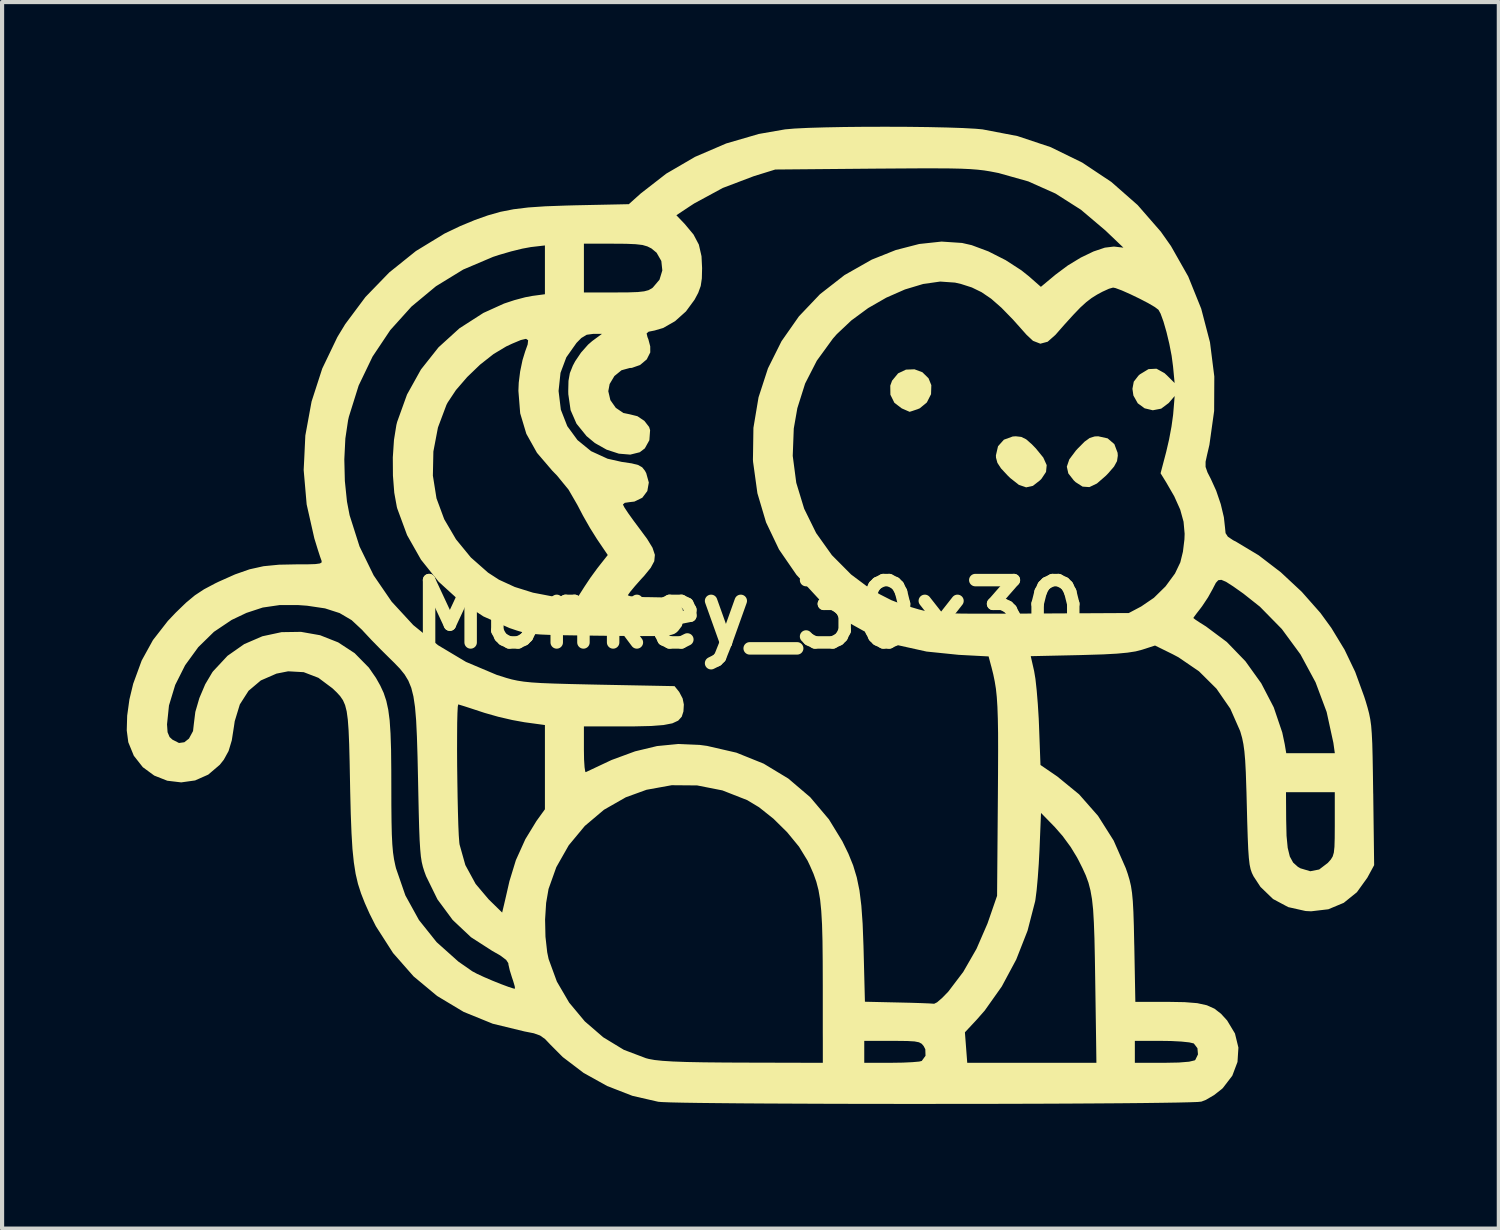
<source format=kicad_pcb>
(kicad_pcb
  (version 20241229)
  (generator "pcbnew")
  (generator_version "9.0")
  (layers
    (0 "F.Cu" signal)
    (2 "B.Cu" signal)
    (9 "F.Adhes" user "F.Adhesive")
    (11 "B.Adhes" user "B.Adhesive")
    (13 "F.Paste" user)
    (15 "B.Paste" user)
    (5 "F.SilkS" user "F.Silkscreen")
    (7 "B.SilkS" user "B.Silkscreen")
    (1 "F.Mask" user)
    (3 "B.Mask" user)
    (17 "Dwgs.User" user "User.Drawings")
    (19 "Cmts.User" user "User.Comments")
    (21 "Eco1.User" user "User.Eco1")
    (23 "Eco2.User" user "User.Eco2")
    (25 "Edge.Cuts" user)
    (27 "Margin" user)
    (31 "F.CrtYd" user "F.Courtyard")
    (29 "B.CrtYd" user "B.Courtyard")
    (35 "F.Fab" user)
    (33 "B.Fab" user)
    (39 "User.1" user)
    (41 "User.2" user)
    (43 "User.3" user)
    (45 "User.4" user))
  (footprint "Monkey_30x30"
    (layer "F.Cu")
    (at 14.989 11.73)
    (property "Reference" "Monkey_30x30" (at 0 0 0) (layer "F.SilkS") (effects (font (size 1.5 1.5) (thickness 0.3))))
    (attr board_only exclude_from_pos_files exclude_from_bom)
    (fp_poly (pts (xy 4.156 -5.823) (xy 4.304 -5.677) (xy 4.371 -5.512) (xy 4.364 -5.295) (xy 4.263 -5.096) (xy 4.092 -4.955) (xy 4.041 -4.934) (xy 3.913 -4.891) (xy 3.85 -4.871) (xy 3.848 -4.871) (xy 3.797 -4.893) (xy 3.678 -4.945) (xy 3.658 -4.954) (xy 3.482 -5.088) (xy 3.386 -5.282) (xy 3.383 -5.501) (xy 3.426 -5.62) (xy 3.571 -5.796) (xy 3.76 -5.886) (xy 3.965 -5.894)) (stroke (width 0) (type solid)) (fill yes) (layer "F.SilkS"))
    (fp_poly (pts (xy 6.535 -4.267) (xy 6.652 -4.21) (xy 6.79 -4.089) (xy 6.885 -3.991) (xy 7.065 -3.77) (xy 7.147 -3.588) (xy 7.131 -3.424) (xy 7.022 -3.26) (xy 6.985 -3.222) (xy 6.815 -3.089) (xy 6.652 -3.053) (xy 6.476 -3.114) (xy 6.271 -3.276) (xy 6.21 -3.335) (xy 6.048 -3.509) (xy 5.961 -3.642) (xy 5.927 -3.768) (xy 5.925 -3.824) (xy 5.976 -4.043) (xy 6.117 -4.2) (xy 6.329 -4.277) (xy 6.404 -4.282)) (stroke (width 0) (type solid)) (fill yes) (layer "F.SilkS"))
    (fp_poly (pts (xy 8.613 -4.232) (xy 8.775 -4.093) (xy 8.853 -3.885) (xy 8.858 -3.815) (xy 8.839 -3.684) (xy 8.768 -3.554) (xy 8.629 -3.393) (xy 8.573 -3.335) (xy 8.356 -3.146) (xy 8.174 -3.059) (xy 8.01 -3.071) (xy 7.843 -3.178) (xy 7.797 -3.222) (xy 7.667 -3.389) (xy 7.631 -3.551) (xy 7.691 -3.727) (xy 7.849 -3.938) (xy 7.898 -3.991) (xy 8.059 -4.153) (xy 8.181 -4.241) (xy 8.3 -4.278) (xy 8.386 -4.282)) (stroke (width 0) (type solid)) (fill yes) (layer "F.SilkS"))
    (fp_poly (pts (xy 3.805 -11.728) (xy 4.297 -11.722) (xy 4.747 -11.712) (xy 5.134 -11.699) (xy 5.439 -11.682) (xy 5.602 -11.667) (xy 6.443 -11.506) (xy 7.246 -11.238) (xy 8.002 -10.868) (xy 8.702 -10.402) (xy 9.335 -9.846) (xy 9.893 -9.206) (xy 10.137 -8.86) (xy 10.552 -8.128) (xy 10.865 -7.352) (xy 11.076 -6.544) (xy 11.18 -5.72) (xy 11.176 -4.892) (xy 11.062 -4.075) (xy 11.007 -3.84) (xy 10.97 -3.67) (xy 10.97 -3.545) (xy 11.016 -3.413) (xy 11.096 -3.257) (xy 11.225 -2.973) (xy 11.335 -2.65) (xy 11.41 -2.335) (xy 11.439 -2.074) (xy 11.439 -2.071) (xy 11.451 -1.951) (xy 11.507 -1.865) (xy 11.632 -1.782) (xy 11.717 -1.737) (xy 12.248 -1.418) (xy 12.78 -1.01) (xy 13.284 -0.54) (xy 13.733 -0.032) (xy 13.996 0.329) (xy 14.314 0.853) (xy 14.57 1.387) (xy 14.786 1.98) (xy 14.823 2.095) (xy 14.868 2.248) (xy 14.904 2.386) (xy 14.932 2.524) (xy 14.954 2.681) (xy 14.969 2.872) (xy 14.981 3.113) (xy 14.989 3.422) (xy 14.996 3.814) (xy 15.003 4.307) (xy 15.004 4.324) (xy 15.026 6.038) (xy 14.862 6.34) (xy 14.611 6.689) (xy 14.295 6.944) (xy 13.924 7.099) (xy 13.509 7.148) (xy 13.376 7.141) (xy 12.958 7.047) (xy 12.593 6.852) (xy 12.291 6.561) (xy 12.124 6.306) (xy 12.084 6.224) (xy 12.053 6.134) (xy 12.029 6.019) (xy 12.011 5.863) (xy 11.996 5.651) (xy 11.984 5.366) (xy 11.972 4.993) (xy 11.963 4.634) (xy 11.954 4.282) (xy 12.905 4.282) (xy 12.909 4.942) (xy 12.918 5.331) (xy 12.946 5.621) (xy 12.997 5.83) (xy 13.077 5.976) (xy 13.191 6.078) (xy 13.254 6.114) (xy 13.489 6.184) (xy 13.703 6.142) (xy 13.908 5.986) (xy 13.917 5.977) (xy 13.983 5.903) (xy 14.028 5.83) (xy 14.056 5.736) (xy 14.071 5.597) (xy 14.077 5.391) (xy 14.079 5.093) (xy 14.079 5.044) (xy 14.079 4.282) (xy 13.492 4.282) (xy 12.905 4.282) (xy 11.954 4.282) (xy 11.95 4.17) (xy 11.938 3.805) (xy 11.923 3.521) (xy 11.904 3.301) (xy 11.88 3.126) (xy 11.85 2.979) (xy 11.811 2.841) (xy 11.8 2.807) (xy 11.565 2.273) (xy 11.231 1.79) (xy 10.811 1.373) (xy 10.318 1.036) (xy 10.18 0.963) (xy 9.754 0.753) (xy 9.438 0.855) (xy 9.286 0.894) (xy 9.092 0.924) (xy 8.838 0.948) (xy 8.508 0.966) (xy 8.082 0.979) (xy 7.942 0.983) (xy 6.763 1.009) (xy 6.845 1.37) (xy 6.876 1.556) (xy 6.906 1.83) (xy 6.933 2.159) (xy 6.955 2.512) (xy 6.962 2.679) (xy 6.997 3.627) (xy 7.402 3.904) (xy 7.926 4.333) (xy 8.381 4.85) (xy 8.758 5.446) (xy 9.05 6.111) (xy 9.097 6.247) (xy 9.141 6.394) (xy 9.175 6.54) (xy 9.2 6.704) (xy 9.219 6.905) (xy 9.233 7.164) (xy 9.244 7.498) (xy 9.253 7.929) (xy 9.255 7.992) (xy 9.28 9.327) (xy 10.068 9.327) (xy 10.466 9.334) (xy 10.769 9.358) (xy 11.001 9.409) (xy 11.184 9.491) (xy 11.341 9.613) (xy 11.488 9.774) (xy 11.677 10.088) (xy 11.76 10.428) (xy 11.738 10.773) (xy 11.613 11.104) (xy 11.387 11.399) (xy 11.357 11.427) (xy 11.173 11.571) (xy 10.978 11.685) (xy 10.87 11.727) (xy 10.781 11.736) (xy 10.584 11.743) (xy 10.289 11.75) (xy 9.904 11.756) (xy 9.439 11.762) (xy 8.904 11.767) (xy 8.308 11.771) (xy 7.66 11.775) (xy 6.969 11.778) (xy 6.246 11.78) (xy 5.498 11.782) (xy 4.737 11.782) (xy 3.97 11.783) (xy 3.208 11.782) (xy 2.46 11.781) (xy 1.735 11.779) (xy 1.042 11.776) (xy 0.391 11.773) (xy -0.209 11.769) (xy -0.748 11.764) (xy -1.217 11.759) (xy -1.607 11.753) (xy -1.908 11.746) (xy -2.112 11.738) (xy -2.2 11.731) (xy -2.822 11.588) (xy -3.429 11.352) (xy -3.996 11.037) (xy -4.498 10.655) (xy -4.794 10.358) (xy -4.924 10.221) (xy -5.043 10.137) (xy -5.194 10.083) (xy -5.417 10.039) (xy -5.426 10.037) (xy -6.183 9.853) (xy -6.883 9.568) (xy -7.52 9.186) (xy -8.088 8.713) (xy -8.581 8.152) (xy -8.994 7.508) (xy -9.146 7.206) (xy -9.259 6.953) (xy -9.351 6.719) (xy -9.425 6.489) (xy -9.482 6.245) (xy -9.525 5.97) (xy -9.558 5.649) (xy -9.581 5.264) (xy -9.599 4.8) (xy -9.613 4.239) (xy -9.616 4.077) (xy -9.626 3.55) (xy -9.637 3.127) (xy -9.651 2.793) (xy -9.67 2.535) (xy -9.697 2.337) (xy -9.735 2.187) (xy -9.786 2.07) (xy -9.853 1.972) (xy -9.938 1.879) (xy -10.041 1.781) (xy -10.377 1.53) (xy -10.731 1.394) (xy -11.105 1.373) (xy -11.387 1.429) (xy -11.763 1.593) (xy -12.058 1.842) (xy -12.268 2.17) (xy -12.391 2.574) (xy -12.409 2.698) (xy -12.462 3.036) (xy -12.539 3.292) (xy -12.654 3.501) (xy -12.75 3.622) (xy -13.028 3.859) (xy -13.344 3.999) (xy -13.679 4.046) (xy -14.014 4.006) (xy -14.328 3.882) (xy -14.603 3.68) (xy -14.819 3.405) (xy -14.952 3.08) (xy -14.989 2.796) (xy -14.985 2.649) (xy -14.02 2.649) (xy -14.007 2.839) (xy -13.958 2.955) (xy -13.889 3.018) (xy -13.732 3.098) (xy -13.603 3.08) (xy -13.492 2.992) (xy -13.394 2.811) (xy -13.375 2.641) (xy -13.339 2.35) (xy -13.242 2.017) (xy -13.101 1.685) (xy -12.932 1.4) (xy -12.913 1.374) (xy -12.564 1) (xy -12.163 0.719) (xy -11.725 0.53) (xy -11.264 0.431) (xy -10.796 0.424) (xy -10.337 0.505) (xy -9.902 0.677) (xy -9.506 0.936) (xy -9.164 1.284) (xy -8.992 1.533) (xy -8.889 1.716) (xy -8.807 1.893) (xy -8.744 2.082) (xy -8.697 2.297) (xy -8.663 2.554) (xy -8.642 2.871) (xy -8.629 3.263) (xy -8.624 3.746) (xy -8.623 4.109) (xy -8.622 4.599) (xy -8.618 4.988) (xy -8.611 5.295) (xy -8.599 5.537) (xy -8.582 5.732) (xy -8.558 5.896) (xy -8.526 6.048) (xy -8.51 6.114) (xy -8.285 6.765) (xy -7.958 7.358) (xy -7.533 7.89) (xy -7.011 8.357) (xy -6.675 8.591) (xy -6.561 8.652) (xy -6.388 8.732) (xy -6.185 8.819) (xy -5.98 8.901) (xy -5.803 8.967) (xy -5.682 9.006) (xy -5.646 9.009) (xy -5.654 8.95) (xy -5.693 8.818) (xy -5.719 8.742) (xy -5.773 8.568) (xy -5.805 8.428) (xy -5.808 8.396) (xy -5.86 8.317) (xy -6.004 8.209) (xy -6.194 8.101) (xy -6.705 7.772) (xy -7.149 7.354) (xy -7.154 7.346) (xy -4.923 7.346) (xy -4.914 7.759) (xy -4.872 8.135) (xy -4.838 8.297) (xy -4.639 8.84) (xy -4.344 9.345) (xy -3.967 9.797) (xy -3.523 10.18) (xy -3.028 10.481) (xy -2.497 10.682) (xy -2.426 10.701) (xy -2.288 10.726) (xy -2.098 10.746) (xy -1.845 10.762) (xy -1.517 10.774) (xy -1.102 10.782) (xy -0.59 10.787) (xy -0.161 10.789) (xy 1.76 10.794) (xy 1.76 10.266) (xy 2.757 10.266) (xy 2.757 10.53) (xy 2.757 10.794) (xy 3.417 10.793) (xy 3.687 10.789) (xy 3.916 10.778) (xy 4.077 10.764) (xy 4.14 10.749) (xy 4.231 10.624) (xy 4.226 10.467) (xy 4.186 10.39) (xy 4.14 10.336) (xy 4.074 10.3) (xy 3.967 10.279) (xy 3.795 10.269) (xy 3.537 10.266) (xy 3.428 10.266) (xy 2.757 10.266) (xy 1.76 10.266) (xy 1.759 10.06) (xy 5.179 10.06) (xy 5.207 10.427) (xy 5.235 10.794) (xy 6.789 10.794) (xy 8.343 10.794) (xy 8.336 10.266) (xy 9.268 10.266) (xy 9.268 10.53) (xy 9.268 10.794) (xy 9.961 10.794) (xy 10.324 10.787) (xy 10.573 10.767) (xy 10.707 10.735) (xy 10.723 10.723) (xy 10.787 10.591) (xy 10.774 10.442) (xy 10.689 10.331) (xy 10.68 10.326) (xy 10.577 10.302) (xy 10.386 10.282) (xy 10.136 10.269) (xy 9.917 10.266) (xy 9.268 10.266) (xy 8.336 10.266) (xy 8.315 8.843) (xy 8.306 8.271) (xy 8.296 7.802) (xy 8.282 7.42) (xy 8.264 7.109) (xy 8.237 6.856) (xy 8.2 6.645) (xy 8.152 6.46) (xy 8.089 6.287) (xy 8.009 6.111) (xy 7.911 5.916) (xy 7.877 5.852) (xy 7.725 5.602) (xy 7.529 5.335) (xy 7.34 5.119) (xy 7.01 4.781) (xy 6.974 5.661) (xy 6.956 6.006) (xy 6.932 6.343) (xy 6.905 6.638) (xy 6.877 6.858) (xy 6.87 6.903) (xy 6.686 7.615) (xy 6.414 8.308) (xy 6.066 8.957) (xy 5.656 9.536) (xy 5.46 9.759) (xy 5.179 10.06) (xy 1.759 10.06) (xy 1.759 8.931) (xy 1.757 8.344) (xy 1.752 7.859) (xy 1.741 7.461) (xy 1.722 7.135) (xy 1.695 6.865) (xy 1.656 6.638) (xy 1.604 6.437) (xy 1.537 6.248) (xy 1.453 6.056) (xy 1.392 5.928) (xy 1.187 5.593) (xy 0.903 5.247) (xy 0.572 4.92) (xy 0.225 4.644) (xy -0.059 4.473) (xy -0.656 4.239) (xy -1.264 4.119) (xy -1.876 4.114) (xy -2.483 4.224) (xy -2.981 4.405) (xy -3.505 4.704) (xy -3.967 5.094) (xy -4.354 5.56) (xy -4.653 6.086) (xy -4.84 6.611) (xy -4.898 6.947) (xy -4.923 7.346) (xy -7.154 7.346) (xy -7.513 6.861) (xy -7.784 6.308) (xy -7.788 6.299) (xy -7.83 6.184) (xy -7.864 6.076) (xy -7.891 5.962) (xy -7.912 5.827) (xy -7.928 5.655) (xy -7.942 5.432) (xy -7.953 5.144) (xy -7.963 4.776) (xy -7.973 4.313) (xy -7.979 4.018) (xy -7.992 3.43) (xy -7.997 3.266) (xy -7.041 3.266) (xy -7.039 3.641) (xy -7.034 4.027) (xy -7.028 4.406) (xy -7.02 4.76) (xy -7.011 5.071) (xy -7 5.321) (xy -6.987 5.493) (xy -6.981 5.54) (xy -6.842 6.035) (xy -6.594 6.49) (xy -6.282 6.859) (xy -5.956 7.178) (xy -5.915 7.006) (xy -5.881 6.861) (xy -5.832 6.648) (xy -5.781 6.424) (xy -5.626 5.918) (xy -5.398 5.413) (xy -5.131 4.976) (xy -4.927 4.693) (xy -4.927 3.679) (xy -4.927 2.666) (xy -5.418 2.599) (xy -5.71 2.546) (xy -6.05 2.467) (xy -6.374 2.375) (xy -6.448 2.351) (xy -6.681 2.274) (xy -6.869 2.213) (xy -6.987 2.177) (xy -7.013 2.17) (xy -7.024 2.226) (xy -7.032 2.381) (xy -7.038 2.618) (xy -7.04 2.919) (xy -7.041 3.266) (xy -7.997 3.266) (xy -8.007 2.945) (xy -8.026 2.55) (xy -8.053 2.232) (xy -8.091 1.977) (xy -8.143 1.77) (xy -8.213 1.599) (xy -8.303 1.45) (xy -8.417 1.309) (xy -8.558 1.163) (xy -8.667 1.056) (xy -8.883 0.842) (xy -9.104 0.616) (xy -9.29 0.417) (xy -9.327 0.376) (xy -9.578 0.142) (xy -9.867 -0.028) (xy -10.218 -0.141) (xy -10.649 -0.205) (xy -10.856 -0.22) (xy -11.315 -0.22) (xy -11.718 -0.161) (xy -12.11 -0.032) (xy -12.465 0.137) (xy -12.891 0.423) (xy -13.269 0.793) (xy -13.584 1.226) (xy -13.823 1.701) (xy -13.973 2.195) (xy -14.02 2.649) (xy -14.985 2.649) (xy -14.979 2.441) (xy -14.925 2.05) (xy -14.834 1.672) (xy -14.63 1.114) (xy -14.359 0.622) (xy -14.001 0.162) (xy -13.812 -0.037) (xy -13.564 -0.277) (xy -13.35 -0.455) (xy -13.13 -0.6) (xy -12.864 -0.741) (xy -12.784 -0.78) (xy -12.383 -0.959) (xy -12.035 -1.081) (xy -11.697 -1.156) (xy -11.327 -1.192) (xy -10.924 -1.2) (xy -10.636 -1.201) (xy -10.448 -1.207) (xy -10.341 -1.222) (xy -10.299 -1.248) (xy -10.301 -1.287) (xy -10.302 -1.288) (xy -10.337 -1.385) (xy -10.394 -1.561) (xy -10.461 -1.779) (xy -10.475 -1.824) (xy -10.66 -2.642) (xy -10.732 -3.471) (xy -10.719 -3.727) (xy -9.754 -3.727) (xy -9.741 -3.206) (xy -9.69 -2.71) (xy -9.627 -2.383) (xy -9.388 -1.631) (xy -9.048 -0.935) (xy -8.615 -0.303) (xy -8.096 0.26) (xy -7.497 0.746) (xy -6.826 1.147) (xy -6.089 1.458) (xy -5.856 1.532) (xy -5.723 1.569) (xy -5.587 1.598) (xy -5.433 1.622) (xy -5.246 1.641) (xy -5.01 1.656) (xy -4.71 1.668) (xy -4.33 1.679) (xy -3.854 1.69) (xy -3.617 1.695) (xy -1.808 1.73) (xy -1.696 1.869) (xy -1.613 2.027) (xy -1.584 2.172) (xy -1.594 2.339) (xy -1.635 2.466) (xy -1.72 2.56) (xy -1.861 2.625) (xy -2.073 2.666) (xy -2.369 2.689) (xy -2.762 2.698) (xy -2.989 2.698) (xy -3.989 2.698) (xy -3.989 3.261) (xy -3.985 3.498) (xy -3.973 3.681) (xy -3.957 3.785) (xy -3.945 3.8) (xy -3.323 3.507) (xy -2.758 3.299) (xy -2.229 3.172) (xy -1.718 3.122) (xy -1.205 3.144) (xy -1.026 3.168) (xy -0.319 3.331) (xy 0.336 3.595) (xy 0.93 3.954) (xy 1.457 4.403) (xy 1.907 4.936) (xy 2.229 5.462) (xy 2.375 5.761) (xy 2.49 6.044) (xy 2.577 6.333) (xy 2.642 6.648) (xy 2.687 7.013) (xy 2.718 7.448) (xy 2.738 7.975) (xy 2.741 8.079) (xy 2.773 9.324) (xy 3.572 9.342) (xy 3.87 9.349) (xy 4.128 9.357) (xy 4.322 9.365) (xy 4.429 9.372) (xy 4.439 9.373) (xy 4.509 9.338) (xy 4.629 9.235) (xy 4.774 9.086) (xy 4.781 9.078) (xy 5.139 8.606) (xy 5.458 8.051) (xy 5.721 7.445) (xy 5.756 7.345) (xy 5.953 6.775) (xy 5.972 4.409) (xy 5.976 3.792) (xy 5.978 3.28) (xy 5.977 2.857) (xy 5.971 2.511) (xy 5.961 2.228) (xy 5.946 1.993) (xy 5.925 1.793) (xy 5.896 1.615) (xy 5.861 1.445) (xy 5.817 1.269) (xy 5.805 1.226) (xy 5.749 1.015) (xy 5.03 0.977) (xy 4.256 0.898) (xy 3.562 0.744) (xy 2.934 0.509) (xy 2.358 0.188) (xy 2.231 0.091) (xy 10.676 0.091) (xy 10.722 0.128) (xy 10.841 0.207) (xy 10.98 0.294) (xy 11.48 0.667) (xy 11.928 1.13) (xy 12.309 1.661) (xy 12.61 2.24) (xy 12.815 2.845) (xy 12.874 3.124) (xy 12.911 3.344) (xy 13.495 3.344) (xy 14.08 3.344) (xy 14.045 3.094) (xy 13.883 2.351) (xy 13.616 1.637) (xy 13.254 0.967) (xy 12.805 0.356) (xy 12.278 -0.181) (xy 11.879 -0.497) (xy 11.633 -0.671) (xy 11.463 -0.78) (xy 11.35 -0.828) (xy 11.275 -0.819) (xy 11.217 -0.755) (xy 11.157 -0.64) (xy 11.147 -0.619) (xy 11.028 -0.405) (xy 10.887 -0.193) (xy 10.849 -0.142) (xy 10.748 -0.012) (xy 10.685 0.074) (xy 10.676 0.091) (xy 2.231 0.091) (xy 1.82 -0.225) (xy 1.657 -0.373) (xy 1.126 -0.948) (xy 0.706 -1.558) (xy 0.394 -2.211) (xy 0.186 -2.911) (xy 0.082 -3.665) (xy 0.078 -3.725) (xy 0.08 -3.811) (xy 1.036 -3.811) (xy 1.121 -3.163) (xy 1.311 -2.539) (xy 1.599 -1.954) (xy 1.978 -1.422) (xy 2.441 -0.956) (xy 2.807 -0.682) (xy 3.123 -0.484) (xy 3.409 -0.338) (xy 3.716 -0.221) (xy 4.077 -0.114) (xy 4.19 -0.086) (xy 4.307 -0.064) (xy 4.442 -0.046) (xy 4.608 -0.032) (xy 4.817 -0.023) (xy 5.081 -0.016) (xy 5.415 -0.013) (xy 5.83 -0.013) (xy 6.34 -0.014) (xy 6.805 -0.017) (xy 9.122 -0.029) (xy 9.421 -0.187) (xy 9.726 -0.395) (xy 10.007 -0.671) (xy 10.234 -0.98) (xy 10.362 -1.248) (xy 10.425 -1.505) (xy 10.461 -1.8) (xy 10.466 -1.936) (xy 10.44 -2.226) (xy 10.36 -2.517) (xy 10.216 -2.838) (xy 10.02 -3.177) (xy 9.887 -3.392) (xy 10.022 -3.905) (xy 10.091 -4.202) (xy 10.15 -4.518) (xy 10.188 -4.793) (xy 10.192 -4.834) (xy 10.226 -5.25) (xy 10.083 -5.083) (xy 9.902 -4.947) (xy 9.7 -4.908) (xy 9.503 -4.955) (xy 9.338 -5.076) (xy 9.233 -5.263) (xy 9.21 -5.424) (xy 9.242 -5.596) (xy 9.356 -5.743) (xy 9.39 -5.773) (xy 9.596 -5.898) (xy 9.789 -5.908) (xy 9.981 -5.802) (xy 10.044 -5.744) (xy 10.225 -5.564) (xy 10.187 -5.964) (xy 10.153 -6.22) (xy 10.098 -6.504) (xy 10.03 -6.788) (xy 9.957 -7.042) (xy 9.887 -7.234) (xy 9.836 -7.326) (xy 9.749 -7.392) (xy 9.587 -7.487) (xy 9.379 -7.595) (xy 9.159 -7.701) (xy 8.956 -7.791) (xy 8.803 -7.848) (xy 8.744 -7.86) (xy 8.645 -7.832) (xy 8.487 -7.76) (xy 8.359 -7.691) (xy 8.228 -7.609) (xy 8.1 -7.511) (xy 7.957 -7.381) (xy 7.786 -7.203) (xy 7.568 -6.963) (xy 7.356 -6.721) (xy 7.17 -6.557) (xy 6.994 -6.51) (xy 6.817 -6.579) (xy 6.664 -6.722) (xy 6.336 -7.09) (xy 6.058 -7.375) (xy 5.812 -7.591) (xy 5.58 -7.749) (xy 5.346 -7.863) (xy 5.091 -7.945) (xy 4.941 -7.98) (xy 4.584 -8.005) (xy 4.175 -7.947) (xy 3.736 -7.815) (xy 3.288 -7.618) (xy 2.851 -7.367) (xy 2.447 -7.07) (xy 2.095 -6.738) (xy 2.002 -6.632) (xy 1.615 -6.1) (xy 1.334 -5.551) (xy 1.147 -4.959) (xy 1.061 -4.469) (xy 1.036 -3.811) (xy 0.08 -3.811) (xy 0.09 -4.485) (xy 0.213 -5.219) (xy 0.44 -5.917) (xy 0.766 -6.57) (xy 1.185 -7.168) (xy 1.692 -7.701) (xy 2.282 -8.161) (xy 2.938 -8.533) (xy 3.514 -8.763) (xy 4.079 -8.909) (xy 4.617 -8.967) (xy 5.11 -8.934) (xy 5.342 -8.881) (xy 5.744 -8.731) (xy 6.16 -8.52) (xy 6.537 -8.276) (xy 6.718 -8.132) (xy 7.007 -7.878) (xy 7.36 -8.172) (xy 7.655 -8.392) (xy 7.968 -8.582) (xy 8.273 -8.729) (xy 8.546 -8.821) (xy 8.76 -8.847) (xy 8.778 -8.846) (xy 8.993 -8.821) (xy 8.559 -9.235) (xy 7.971 -9.733) (xy 7.358 -10.123) (xy 6.704 -10.415) (xy 5.99 -10.616) (xy 5.94 -10.626) (xy 5.79 -10.655) (xy 5.643 -10.679) (xy 5.486 -10.697) (xy 5.306 -10.711) (xy 5.089 -10.721) (xy 4.821 -10.727) (xy 4.49 -10.729) (xy 4.081 -10.729) (xy 3.581 -10.726) (xy 2.995 -10.722) (xy 0.616 -10.701) (xy 0.1 -10.541) (xy -0.646 -10.258) (xy -1.334 -9.885) (xy -1.449 -9.81) (xy -1.764 -9.601) (xy -1.563 -9.391) (xy -1.352 -9.138) (xy -1.223 -8.894) (xy -1.159 -8.615) (xy -1.145 -8.33) (xy -1.151 -8.081) (xy -1.178 -7.899) (xy -1.238 -7.734) (xy -1.326 -7.569) (xy -1.533 -7.287) (xy -1.795 -7.052) (xy -2.081 -6.888) (xy -2.289 -6.827) (xy -2.431 -6.799) (xy -2.48 -6.757) (xy -2.459 -6.668) (xy -2.438 -6.617) (xy -2.393 -6.446) (xy -2.392 -6.3) (xy -2.477 -6.132) (xy -2.638 -5.997) (xy -2.835 -5.928) (xy -2.887 -5.925) (xy -3.084 -5.871) (xy -3.255 -5.732) (xy -3.37 -5.539) (xy -3.402 -5.367) (xy -3.352 -5.152) (xy -3.222 -4.967) (xy -3.04 -4.843) (xy -2.882 -4.81) (xy -2.701 -4.765) (xy -2.534 -4.653) (xy -2.42 -4.506) (xy -2.396 -4.429) (xy -2.414 -4.187) (xy -2.523 -3.991) (xy -2.645 -3.898) (xy -2.873 -3.841) (xy -3.148 -3.864) (xy -3.442 -3.96) (xy -3.726 -4.12) (xy -3.926 -4.287) (xy -4.167 -4.585) (xy -4.309 -4.91) (xy -4.364 -5.293) (xy -4.366 -5.367) (xy -4.36 -5.616) (xy -4.327 -5.802) (xy -4.255 -5.982) (xy -4.198 -6.089) (xy -4.058 -6.296) (xy -3.889 -6.487) (xy -3.79 -6.573) (xy -3.555 -6.746) (xy -3.766 -6.746) (xy -3.921 -6.725) (xy -4.051 -6.647) (xy -4.167 -6.529) (xy -4.412 -6.182) (xy -4.552 -5.808) (xy -4.598 -5.379) (xy -4.598 -5.367) (xy -4.544 -4.923) (xy -4.389 -4.526) (xy -4.143 -4.19) (xy -3.816 -3.924) (xy -3.419 -3.742) (xy -3.08 -3.666) (xy -2.838 -3.63) (xy -2.683 -3.591) (xy -2.587 -3.536) (xy -2.52 -3.452) (xy -2.489 -3.394) (xy -2.427 -3.17) (xy -2.463 -2.964) (xy -2.584 -2.803) (xy -2.774 -2.711) (xy -2.887 -2.698) (xy -3.005 -2.681) (xy -3.05 -2.641) (xy -3.017 -2.574) (xy -2.926 -2.436) (xy -2.792 -2.249) (xy -2.674 -2.091) (xy -2.468 -1.813) (xy -2.338 -1.6) (xy -2.281 -1.429) (xy -2.296 -1.276) (xy -2.382 -1.116) (xy -2.537 -0.926) (xy -2.609 -0.848) (xy -2.758 -0.68) (xy -2.871 -0.544) (xy -2.928 -0.464) (xy -2.931 -0.455) (xy -2.878 -0.435) (xy -2.733 -0.42) (xy -2.524 -0.412) (xy -2.413 -0.411) (xy -2.147 -0.406) (xy -1.968 -0.39) (xy -1.846 -0.355) (xy -1.749 -0.297) (xy -1.738 -0.289) (xy -1.614 -0.124) (xy -1.578 0.08) (xy -1.632 0.283) (xy -1.724 0.404) (xy -1.766 0.442) (xy -1.813 0.472) (xy -1.878 0.494) (xy -1.974 0.51) (xy -2.115 0.52) (xy -2.315 0.525) (xy -2.586 0.526) (xy -2.943 0.523) (xy -3.399 0.519) (xy -3.586 0.517) (xy -4.081 0.511) (xy -4.475 0.505) (xy -4.783 0.498) (xy -5.022 0.488) (xy -5.207 0.474) (xy -5.354 0.454) (xy -5.48 0.428) (xy -5.6 0.393) (xy -5.73 0.349) (xy -5.778 0.333) (xy -6.408 0.052) (xy -6.98 -0.323) (xy -7.484 -0.782) (xy -7.909 -1.313) (xy -8.244 -1.904) (xy -8.48 -2.544) (xy -8.49 -2.581) (xy -8.552 -2.923) (xy -8.584 -3.335) (xy -8.584 -3.336) (xy -7.623 -3.336) (xy -7.536 -2.789) (xy -7.35 -2.286) (xy -7.067 -1.803) (xy -6.709 -1.366) (xy -6.295 -1.001) (xy -6.033 -0.831) (xy -5.652 -0.656) (xy -5.214 -0.519) (xy -4.771 -0.434) (xy -4.488 -0.414) (xy -4.136 -0.411) (xy -3.973 -0.667) (xy -3.834 -0.876) (xy -3.673 -1.097) (xy -3.613 -1.174) (xy -3.415 -1.425) (xy -3.677 -1.812) (xy -3.84 -2.072) (xy -4.011 -2.372) (xy -4.147 -2.632) (xy -4.358 -2.997) (xy -4.636 -3.337) (xy -4.749 -3.453) (xy -5.118 -3.884) (xy -5.374 -4.341) (xy -5.522 -4.835) (xy -5.565 -5.376) (xy -5.557 -5.571) (xy -5.523 -5.842) (xy -5.466 -6.116) (xy -5.403 -6.321) (xy -5.342 -6.492) (xy -5.331 -6.593) (xy -5.382 -6.627) (xy -5.507 -6.598) (xy -5.717 -6.51) (xy -5.858 -6.444) (xy -6.163 -6.261) (xy -6.487 -6.006) (xy -6.798 -5.707) (xy -7.069 -5.393) (xy -7.268 -5.093) (xy -7.297 -5.037) (xy -7.501 -4.493) (xy -7.611 -3.916) (xy -7.623 -3.336) (xy -8.584 -3.336) (xy -8.587 -3.773) (xy -8.559 -4.194) (xy -8.501 -4.555) (xy -8.483 -4.627) (xy -8.245 -5.287) (xy -7.91 -5.889) (xy -7.487 -6.423) (xy -6.984 -6.88) (xy -6.408 -7.25) (xy -5.912 -7.475) (xy -5.661 -7.558) (xy -5.402 -7.627) (xy -5.227 -7.66) (xy -4.927 -7.7) (xy -4.927 -8.287) (xy -4.927 -8.874) (xy -5.265 -8.835) (xy -5.471 -8.797) (xy -5.743 -8.73) (xy -6.035 -8.645) (xy -6.175 -8.599) (xy -6.893 -8.294) (xy -7.549 -7.892) (xy -8.137 -7.404) (xy -8.648 -6.837) (xy -9.074 -6.2) (xy -9.409 -5.503) (xy -9.644 -4.753) (xy -9.664 -4.664) (xy -9.729 -4.229) (xy -9.754 -3.727) (xy -10.719 -3.727) (xy -10.692 -4.3) (xy -10.542 -5.118) (xy -10.285 -5.912) (xy -9.921 -6.67) (xy -9.732 -6.981) (xy -9.245 -7.634) (xy -8.672 -8.225) (xy -8.032 -8.739) (xy -7.742 -8.916) (xy -3.989 -8.916) (xy -3.989 -8.33) (xy -3.989 -7.743) (xy -3.234 -7.743) (xy -2.916 -7.745) (xy -2.691 -7.753) (xy -2.539 -7.77) (xy -2.434 -7.798) (xy -2.356 -7.841) (xy -2.331 -7.86) (xy -2.17 -8.05) (xy -2.102 -8.273) (xy -2.126 -8.5) (xy -2.24 -8.699) (xy -2.363 -8.801) (xy -2.462 -8.851) (xy -2.58 -8.885) (xy -2.743 -8.904) (xy -2.975 -8.914) (xy -3.27 -8.916) (xy -3.989 -8.916) (xy -7.742 -8.916) (xy -7.34 -9.161) (xy -6.965 -9.34) (xy -6.615 -9.485) (xy -6.3 -9.597) (xy -5.997 -9.683) (xy -5.681 -9.745) (xy -5.328 -9.788) (xy -4.916 -9.816) (xy -4.419 -9.834) (xy -4.196 -9.84) (xy -2.908 -9.867) (xy -2.622 -10.124) (xy -2.007 -10.602) (xy -1.314 -11.006) (xy -0.565 -11.328) (xy 0.221 -11.557) (xy 0.851 -11.667) (xy 1.08 -11.687) (xy 1.408 -11.703) (xy 1.812 -11.715) (xy 2.274 -11.724) (xy 2.774 -11.729) (xy 3.29 -11.73)) (stroke (width 0) (type solid)) (fill yes) (layer "F.SilkS")))
  (gr_rect
    (start -3 -3)
    (end 33.015 26.513)
    (stroke (width 0.1) (type default))
    (fill no)
    (layer "Edge.Cuts")))
</source>
